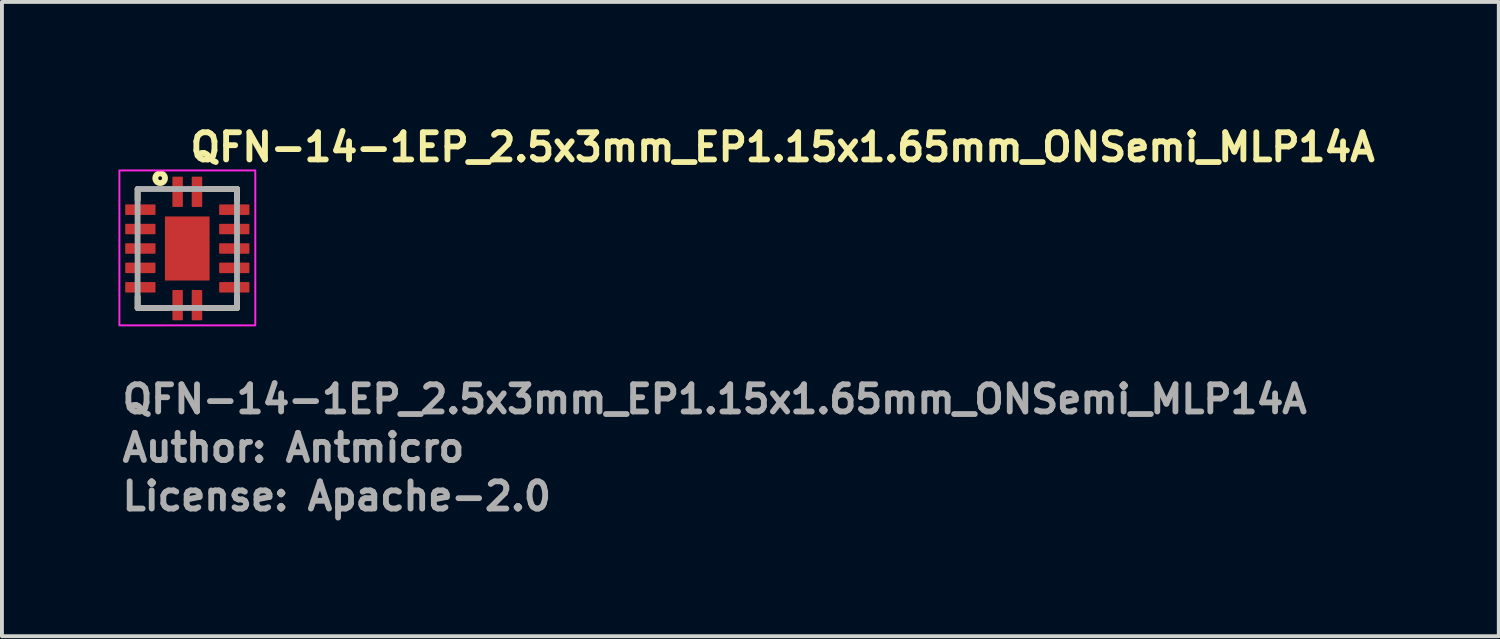
<source format=kicad_pcb>
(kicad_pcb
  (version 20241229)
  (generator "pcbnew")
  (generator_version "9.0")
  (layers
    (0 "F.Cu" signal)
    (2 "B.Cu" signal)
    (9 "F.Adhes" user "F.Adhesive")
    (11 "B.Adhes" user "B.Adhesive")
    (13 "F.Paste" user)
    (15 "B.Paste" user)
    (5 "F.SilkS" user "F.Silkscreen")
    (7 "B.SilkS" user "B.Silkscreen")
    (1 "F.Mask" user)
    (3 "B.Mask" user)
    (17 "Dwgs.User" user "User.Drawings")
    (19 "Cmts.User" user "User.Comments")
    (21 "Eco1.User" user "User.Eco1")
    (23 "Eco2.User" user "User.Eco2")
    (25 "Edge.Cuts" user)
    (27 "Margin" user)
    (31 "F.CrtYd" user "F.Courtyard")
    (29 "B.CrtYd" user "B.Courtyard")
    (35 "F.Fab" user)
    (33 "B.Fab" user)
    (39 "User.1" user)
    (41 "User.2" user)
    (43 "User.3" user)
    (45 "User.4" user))
  (footprint "QFN-14-1EP_2.5x3mm_EP1.15x1.65mm_ONSemi_MLP14A"
    (layer "F.Cu")
    (at 1.775 3.35)
    (property "Reference" "QFN-14-1EP_2.5x3mm_EP1.15x1.65mm_ONSemi_MLP14A" (at 0 -2.2 0) (layer "F.SilkS") (effects (font (size 0.7 0.7) (thickness 0.15)) (justify left bottom)))
    (attr smd)
    (fp_line (start -1.28 -1.53) (end -1.28 -1.25) (stroke (width 0.15) (type solid)) (layer "F.SilkS"))
    (fp_line (start -1.28 1.241) (end -1.279 1.532) (stroke (width 0.15) (type solid)) (layer "F.SilkS"))
    (fp_line (start -0.49 1.532) (end -1.279 1.532) (stroke (width 0.15) (type solid)) (layer "F.SilkS"))
    (fp_line (start 0.49 -1.532) (end 1.279 -1.532) (stroke (width 0.15) (type solid)) (layer "F.SilkS"))
    (fp_line (start 0.49 1.532) (end 1.279 1.532) (stroke (width 0.15) (type solid)) (layer "F.SilkS"))
    (fp_line (start 1.28 -1.24) (end 1.279 -1.532) (stroke (width 0.15) (type solid)) (layer "F.SilkS"))
    (fp_line (start 1.28 1.241) (end 1.279 1.532) (stroke (width 0.15) (type solid)) (layer "F.SilkS"))
    (fp_circle (center -0.7 -1.81) (end -0.65 -1.81) (stroke (width 0.15) (type solid)) (fill no) (layer "F.SilkS"))
    (fp_poly (pts (xy -0.382 -0.697) (xy 0.378 -0.697) (xy 0.378 -0.066) (xy -0.382 -0.066)) (stroke (width 0.01) (type solid)) (fill yes) (layer "F.Paste"))
    (fp_poly (pts (xy -0.382 0.063) (xy 0.378 0.063) (xy 0.378 0.693) (xy -0.382 0.693)) (stroke (width 0.01) (type solid)) (fill yes) (layer "F.Paste"))
    (fp_rect (start -1.75 -2.01) (end 1.75 1.98) (stroke (width 0.05) (type solid)) (fill no) (layer "F.CrtYd"))
    (fp_line (start -1.281 -1.532) (end 1.279 -1.532) (stroke (width 0.15) (type solid)) (layer "F.Fab"))
    (fp_line (start -1.281 1.531) (end -1.281 -1.532) (stroke (width 0.15) (type solid)) (layer "F.Fab"))
    (fp_line (start 1.279 -1.532) (end 1.279 1.531) (stroke (width 0.15) (type solid)) (layer "F.Fab"))
    (fp_line (start 1.279 1.531) (end -1.281 1.531) (stroke (width 0.15) (type solid)) (layer "F.Fab"))
    (fp_rect (start -1.295 -1.549) (end 1.294 1.548) (stroke (width 0.1) (type solid)) (fill no) (layer "User.5"))
    (fp_line (start -1.295 -0.887) (end -1.295 -1.115) (stroke (width 0.02) (type solid)) (layer "User.9"))
    (fp_line (start -1.295 -0.887) (end -1.246 -0.887) (stroke (width 0.02) (type solid)) (layer "User.9"))
    (fp_line (start -1.295 -0.388) (end -1.295 -0.616) (stroke (width 0.02) (type solid)) (layer "User.9"))
    (fp_line (start -1.295 -0.388) (end -1.246 -0.388) (stroke (width 0.02) (type solid)) (layer "User.9"))
    (fp_line (start -1.295 0.114) (end -1.295 -0.115) (stroke (width 0.02) (type solid)) (layer "User.9"))
    (fp_line (start -1.295 0.114) (end -1.246 0.114) (stroke (width 0.02) (type solid)) (layer "User.9"))
    (fp_line (start -1.295 0.612) (end -1.295 0.387) (stroke (width 0.02) (type solid)) (layer "User.9"))
    (fp_line (start -1.295 0.612) (end -1.246 0.612) (stroke (width 0.02) (type solid)) (layer "User.9"))
    (fp_line (start -1.295 1.112) (end -1.295 0.886) (stroke (width 0.02) (type solid)) (layer "User.9"))
    (fp_line (start -1.295 1.112) (end -1.246 1.112) (stroke (width 0.02) (type solid)) (layer "User.9"))
    (fp_line (start -1.246 -1.5) (end -1.246 1.499) (stroke (width 0.02) (type solid)) (layer "User.9"))
    (fp_line (start -1.246 -1.115) (end -1.295 -1.115) (stroke (width 0.02) (type solid)) (layer "User.9"))
    (fp_line (start -1.246 -0.616) (end -1.295 -0.616) (stroke (width 0.02) (type solid)) (layer "User.9"))
    (fp_line (start -1.246 -0.115) (end -1.295 -0.115) (stroke (width 0.02) (type solid)) (layer "User.9"))
    (fp_line (start -1.246 0.387) (end -1.295 0.387) (stroke (width 0.02) (type solid)) (layer "User.9"))
    (fp_line (start -1.246 0.886) (end -1.295 0.886) (stroke (width 0.02) (type solid)) (layer "User.9"))
    (fp_line (start -1.246 1.499) (end 1.245 1.499) (stroke (width 0.02) (type solid)) (layer "User.9"))
    (fp_line (start -1.06 -1.004) (end -1.06 -1) (stroke (width 0.02) (type solid)) (layer "User.9"))
    (fp_line (start -1.06 -1) (end -1.06 -1) (stroke (width 0.02) (type solid)) (layer "User.9"))
    (fp_line (start -1.06 -1) (end -1.06 -0.996) (stroke (width 0.02) (type solid)) (layer "User.9"))
    (fp_line (start -1.06 -0.996) (end -1.059 -0.994) (stroke (width 0.02) (type solid)) (layer "User.9"))
    (fp_line (start -1.059 -1.01) (end -1.059 -1.006) (stroke (width 0.02) (type solid)) (layer "User.9"))
    (fp_line (start -1.059 -1.006) (end -1.06 -1.004) (stroke (width 0.02) (type solid)) (layer "User.9"))
    (fp_line (start -1.059 -0.994) (end -1.059 -0.991) (stroke (width 0.02) (type solid)) (layer "User.9"))
    (fp_line (start -1.059 -0.991) (end -1.058 -0.988) (stroke (width 0.02) (type solid)) (layer "User.9"))
    (fp_line (start -1.058 -1.016) (end -1.058 -1.014) (stroke (width 0.02) (type solid)) (layer "User.9"))
    (fp_line (start -1.058 -1.014) (end -1.059 -1.01) (stroke (width 0.02) (type solid)) (layer "User.9"))
    (fp_line (start -1.058 -0.988) (end -1.058 -0.985) (stroke (width 0.02) (type solid)) (layer "User.9"))
    (fp_line (start -1.058 -0.985) (end -1.057 -0.982) (stroke (width 0.02) (type solid)) (layer "User.9"))
    (fp_line (start -1.057 -1.02) (end -1.058 -1.016) (stroke (width 0.02) (type solid)) (layer "User.9"))
    (fp_line (start -1.057 -0.982) (end -1.056 -0.98) (stroke (width 0.02) (type solid)) (layer "User.9"))
    (fp_line (start -1.056 -1.022) (end -1.057 -1.02) (stroke (width 0.02) (type solid)) (layer "User.9"))
    (fp_line (start -1.056 -0.98) (end -1.055 -0.977) (stroke (width 0.02) (type solid)) (layer "User.9"))
    (fp_line (start -1.055 -1.026) (end -1.056 -1.022) (stroke (width 0.02) (type solid)) (layer "User.9"))
    (fp_line (start -1.055 -0.977) (end -1.054 -0.975) (stroke (width 0.02) (type solid)) (layer "User.9"))
    (fp_line (start -1.054 -1.028) (end -1.055 -1.026) (stroke (width 0.02) (type solid)) (layer "User.9"))
    (fp_line (start -1.054 -0.975) (end -1.052 -0.972) (stroke (width 0.02) (type solid)) (layer "User.9"))
    (fp_line (start -1.052 -1.031) (end -1.054 -1.028) (stroke (width 0.02) (type solid)) (layer "User.9"))
    (fp_line (start -1.052 -0.972) (end -1.051 -0.969) (stroke (width 0.02) (type solid)) (layer "User.9"))
    (fp_line (start -1.051 -1.034) (end -1.052 -1.031) (stroke (width 0.02) (type solid)) (layer "User.9"))
    (fp_line (start -1.051 -0.969) (end -1.049 -0.967) (stroke (width 0.02) (type solid)) (layer "User.9"))
    (fp_line (start -1.049 -1.036) (end -1.051 -1.034) (stroke (width 0.02) (type solid)) (layer "User.9"))
    (fp_line (start -1.049 -0.967) (end -1.047 -0.964) (stroke (width 0.02) (type solid)) (layer "User.9"))
    (fp_line (start -1.047 -1.039) (end -1.049 -1.036) (stroke (width 0.02) (type solid)) (layer "User.9"))
    (fp_line (start -1.047 -0.964) (end -1.046 -0.962) (stroke (width 0.02) (type solid)) (layer "User.9"))
    (fp_line (start -1.046 -1.041) (end -1.047 -1.039) (stroke (width 0.02) (type solid)) (layer "User.9"))
    (fp_line (start -1.046 -0.962) (end -1.044 -0.96) (stroke (width 0.02) (type solid)) (layer "User.9"))
    (fp_line (start -1.044 -1.043) (end -1.046 -1.041) (stroke (width 0.02) (type solid)) (layer "User.9"))
    (fp_line (start -1.044 -0.96) (end -1.042 -0.957) (stroke (width 0.02) (type solid)) (layer "User.9"))
    (fp_line (start -1.042 -1.045) (end -1.044 -1.043) (stroke (width 0.02) (type solid)) (layer "User.9"))
    (fp_line (start -1.042 -0.957) (end -1.039 -0.955) (stroke (width 0.02) (type solid)) (layer "User.9"))
    (fp_line (start -1.039 -1.047) (end -1.042 -1.045) (stroke (width 0.02) (type solid)) (layer "User.9"))
    (fp_line (start -1.039 -0.955) (end -1.037 -0.953) (stroke (width 0.02) (type solid)) (layer "User.9"))
    (fp_line (start -1.037 -1.049) (end -1.039 -1.047) (stroke (width 0.02) (type solid)) (layer "User.9"))
    (fp_line (start -1.037 -0.953) (end -1.035 -0.952) (stroke (width 0.02) (type solid)) (layer "User.9"))
    (fp_line (start -1.035 -1.05) (end -1.037 -1.049) (stroke (width 0.02) (type solid)) (layer "User.9"))
    (fp_line (start -1.035 -0.952) (end -1.032 -0.95) (stroke (width 0.02) (type solid)) (layer "User.9"))
    (fp_line (start -1.032 -1.052) (end -1.035 -1.05) (stroke (width 0.02) (type solid)) (layer "User.9"))
    (fp_line (start -1.032 -0.95) (end -1.03 -0.947) (stroke (width 0.02) (type solid)) (layer "User.9"))
    (fp_line (start -1.03 -1.053) (end -1.032 -1.052) (stroke (width 0.02) (type solid)) (layer "User.9"))
    (fp_line (start -1.03 -0.947) (end -1.027 -0.946) (stroke (width 0.02) (type solid)) (layer "User.9"))
    (fp_line (start -1.027 -1.055) (end -1.03 -1.053) (stroke (width 0.02) (type solid)) (layer "User.9"))
    (fp_line (start -1.027 -0.946) (end -1.024 -0.944) (stroke (width 0.02) (type solid)) (layer "User.9"))
    (fp_line (start -1.024 -1.057) (end -1.027 -1.055) (stroke (width 0.02) (type solid)) (layer "User.9"))
    (fp_line (start -1.024 -0.944) (end -1.022 -0.943) (stroke (width 0.02) (type solid)) (layer "User.9"))
    (fp_line (start -1.022 -1.057) (end -1.024 -1.057) (stroke (width 0.02) (type solid)) (layer "User.9"))
    (fp_line (start -1.022 -0.943) (end -1.018 -0.942) (stroke (width 0.02) (type solid)) (layer "User.9"))
    (fp_line (start -1.018 -1.059) (end -1.022 -1.057) (stroke (width 0.02) (type solid)) (layer "User.9"))
    (fp_line (start -1.018 -0.942) (end -1.015 -0.941) (stroke (width 0.02) (type solid)) (layer "User.9"))
    (fp_line (start -1.015 -1.06) (end -1.018 -1.059) (stroke (width 0.02) (type solid)) (layer "User.9"))
    (fp_line (start -1.015 -0.941) (end -1.012 -0.94) (stroke (width 0.02) (type solid)) (layer "User.9"))
    (fp_line (start -1.012 -1.061) (end -1.015 -1.06) (stroke (width 0.02) (type solid)) (layer "User.9"))
    (fp_line (start -1.012 -0.94) (end -1.009 -0.94) (stroke (width 0.02) (type solid)) (layer "User.9"))
    (fp_line (start -1.009 -1.061) (end -1.012 -1.061) (stroke (width 0.02) (type solid)) (layer "User.9"))
    (fp_line (start -1.009 -0.94) (end -1.006 -0.939) (stroke (width 0.02) (type solid)) (layer "User.9"))
    (fp_line (start -1.006 -1.061) (end -1.009 -1.061) (stroke (width 0.02) (type solid)) (layer "User.9"))
    (fp_line (start -1.006 -0.939) (end -1.003 -0.939) (stroke (width 0.02) (type solid)) (layer "User.9"))
    (fp_line (start -1.003 -1.061) (end -1.006 -1.061) (stroke (width 0.02) (type solid)) (layer "User.9"))
    (fp_line (start -1.003 -0.939) (end -1 -0.938) (stroke (width 0.02) (type solid)) (layer "User.9"))
    (fp_line (start -1 -1.063) (end -1.003 -1.061) (stroke (width 0.02) (type solid)) (layer "User.9"))
    (fp_line (start -1 -0.938) (end -0.996 -0.938) (stroke (width 0.02) (type solid)) (layer "User.9"))
    (fp_line (start -0.996 -1.063) (end -1 -1.063) (stroke (width 0.02) (type solid)) (layer "User.9"))
    (fp_line (start -0.996 -1.063) (end -0.996 -1.063) (stroke (width 0.02) (type solid)) (layer "User.9"))
    (fp_line (start -0.996 -0.938) (end -0.996 -0.938) (stroke (width 0.02) (type solid)) (layer "User.9"))
    (fp_line (start -0.996 -0.938) (end -0.993 -0.938) (stroke (width 0.02) (type solid)) (layer "User.9"))
    (fp_line (start -0.993 -1.063) (end -0.996 -1.063) (stroke (width 0.02) (type solid)) (layer "User.9"))
    (fp_line (start -0.993 -0.938) (end -0.99 -0.939) (stroke (width 0.02) (type solid)) (layer "User.9"))
    (fp_line (start -0.99 -1.061) (end -0.993 -1.063) (stroke (width 0.02) (type solid)) (layer "User.9"))
    (fp_line (start -0.99 -0.939) (end -0.987 -0.939) (stroke (width 0.02) (type solid)) (layer "User.9"))
    (fp_line (start -0.987 -1.061) (end -0.99 -1.061) (stroke (width 0.02) (type solid)) (layer "User.9"))
    (fp_line (start -0.987 -0.939) (end -0.984 -0.94) (stroke (width 0.02) (type solid)) (layer "User.9"))
    (fp_line (start -0.984 -1.061) (end -0.987 -1.061) (stroke (width 0.02) (type solid)) (layer "User.9"))
    (fp_line (start -0.984 -0.94) (end -0.981 -0.94) (stroke (width 0.02) (type solid)) (layer "User.9"))
    (fp_line (start -0.981 -1.061) (end -0.984 -1.061) (stroke (width 0.02) (type solid)) (layer "User.9"))
    (fp_line (start -0.981 -0.94) (end -0.978 -0.941) (stroke (width 0.02) (type solid)) (layer "User.9"))
    (fp_line (start -0.978 -1.06) (end -0.981 -1.061) (stroke (width 0.02) (type solid)) (layer "User.9"))
    (fp_line (start -0.978 -0.941) (end -0.975 -0.942) (stroke (width 0.02) (type solid)) (layer "User.9"))
    (fp_line (start -0.975 -1.059) (end -0.978 -1.06) (stroke (width 0.02) (type solid)) (layer "User.9"))
    (fp_line (start -0.975 -0.942) (end -0.972 -0.943) (stroke (width 0.02) (type solid)) (layer "User.9"))
    (fp_line (start -0.972 -1.057) (end -0.975 -1.059) (stroke (width 0.02) (type solid)) (layer "User.9"))
    (fp_line (start -0.972 -0.943) (end -0.97 -0.944) (stroke (width 0.02) (type solid)) (layer "User.9"))
    (fp_line (start -0.97 -1.057) (end -0.972 -1.057) (stroke (width 0.02) (type solid)) (layer "User.9"))
    (fp_line (start -0.97 -0.944) (end -0.967 -0.946) (stroke (width 0.02) (type solid)) (layer "User.9"))
    (fp_line (start -0.967 -1.055) (end -0.97 -1.057) (stroke (width 0.02) (type solid)) (layer "User.9"))
    (fp_line (start -0.967 -0.946) (end -0.964 -0.947) (stroke (width 0.02) (type solid)) (layer "User.9"))
    (fp_line (start -0.964 -1.053) (end -0.967 -1.055) (stroke (width 0.02) (type solid)) (layer "User.9"))
    (fp_line (start -0.964 -0.947) (end -0.962 -0.95) (stroke (width 0.02) (type solid)) (layer "User.9"))
    (fp_line (start -0.962 -1.052) (end -0.964 -1.053) (stroke (width 0.02) (type solid)) (layer "User.9"))
    (fp_line (start -0.962 -0.95) (end -0.959 -0.952) (stroke (width 0.02) (type solid)) (layer "User.9"))
    (fp_line (start -0.959 -1.05) (end -0.962 -1.052) (stroke (width 0.02) (type solid)) (layer "User.9"))
    (fp_line (start -0.959 -0.952) (end -0.957 -0.953) (stroke (width 0.02) (type solid)) (layer "User.9"))
    (fp_line (start -0.957 -1.049) (end -0.959 -1.05) (stroke (width 0.02) (type solid)) (layer "User.9"))
    (fp_line (start -0.957 -0.953) (end -0.955 -0.955) (stroke (width 0.02) (type solid)) (layer "User.9"))
    (fp_line (start -0.955 -1.047) (end -0.957 -1.049) (stroke (width 0.02) (type solid)) (layer "User.9"))
    (fp_line (start -0.955 -0.955) (end -0.953 -0.957) (stroke (width 0.02) (type solid)) (layer "User.9"))
    (fp_line (start -0.953 -1.045) (end -0.955 -1.047) (stroke (width 0.02) (type solid)) (layer "User.9"))
    (fp_line (start -0.953 -0.957) (end -0.951 -0.96) (stroke (width 0.02) (type solid)) (layer "User.9"))
    (fp_line (start -0.951 -1.043) (end -0.953 -1.045) (stroke (width 0.02) (type solid)) (layer "User.9"))
    (fp_line (start -0.951 -0.96) (end -0.949 -0.962) (stroke (width 0.02) (type solid)) (layer "User.9"))
    (fp_line (start -0.949 -1.041) (end -0.951 -1.043) (stroke (width 0.02) (type solid)) (layer "User.9"))
    (fp_line (start -0.949 -0.962) (end -0.948 -0.964) (stroke (width 0.02) (type solid)) (layer "User.9"))
    (fp_line (start -0.948 -1.039) (end -0.949 -1.041) (stroke (width 0.02) (type solid)) (layer "User.9"))
    (fp_line (start -0.948 -0.964) (end -0.946 -0.967) (stroke (width 0.02) (type solid)) (layer "User.9"))
    (fp_line (start -0.946 -1.036) (end -0.948 -1.039) (stroke (width 0.02) (type solid)) (layer "User.9"))
    (fp_line (start -0.946 -0.967) (end -0.944 -0.969) (stroke (width 0.02) (type solid)) (layer "User.9"))
    (fp_line (start -0.944 -1.034) (end -0.946 -1.036) (stroke (width 0.02) (type solid)) (layer "User.9"))
    (fp_line (start -0.944 -0.969) (end -0.943 -0.972) (stroke (width 0.02) (type solid)) (layer "User.9"))
    (fp_line (start -0.943 -1.031) (end -0.944 -1.034) (stroke (width 0.02) (type solid)) (layer "User.9"))
    (fp_line (start -0.943 -0.972) (end -0.941 -0.975) (stroke (width 0.02) (type solid)) (layer "User.9"))
    (fp_line (start -0.941 -1.028) (end -0.943 -1.031) (stroke (width 0.02) (type solid)) (layer "User.9"))
    (fp_line (start -0.941 -0.975) (end -0.94 -0.977) (stroke (width 0.02) (type solid)) (layer "User.9"))
    (fp_line (start -0.94 -1.026) (end -0.941 -1.028) (stroke (width 0.02) (type solid)) (layer "User.9"))
    (fp_line (start -0.94 -0.977) (end -0.939 -0.98) (stroke (width 0.02) (type solid)) (layer "User.9"))
    (fp_line (start -0.939 -1.022) (end -0.94 -1.026) (stroke (width 0.02) (type solid)) (layer "User.9"))
    (fp_line (start -0.939 -0.98) (end -0.938 -0.982) (stroke (width 0.02) (type solid)) (layer "User.9"))
    (fp_line (start -0.938 -1.02) (end -0.939 -1.022) (stroke (width 0.02) (type solid)) (layer "User.9"))
    (fp_line (start -0.938 -0.982) (end -0.937 -0.985) (stroke (width 0.02) (type solid)) (layer "User.9"))
    (fp_line (start -0.937 -1.016) (end -0.938 -1.02) (stroke (width 0.02) (type solid)) (layer "User.9"))
    (fp_line (start -0.937 -1.014) (end -0.937 -1.016) (stroke (width 0.02) (type solid)) (layer "User.9"))
    (fp_line (start -0.937 -0.988) (end -0.936 -0.991) (stroke (width 0.02) (type solid)) (layer "User.9"))
    (fp_line (start -0.937 -0.985) (end -0.937 -0.988) (stroke (width 0.02) (type solid)) (layer "User.9"))
    (fp_line (start -0.936 -1.01) (end -0.937 -1.014) (stroke (width 0.02) (type solid)) (layer "User.9"))
    (fp_line (start -0.936 -1.006) (end -0.936 -1.01) (stroke (width 0.02) (type solid)) (layer "User.9"))
    (fp_line (start -0.936 -0.994) (end -0.935 -0.996) (stroke (width 0.02) (type solid)) (layer "User.9"))
    (fp_line (start -0.936 -0.991) (end -0.936 -0.994) (stroke (width 0.02) (type solid)) (layer "User.9"))
    (fp_line (start -0.935 -1.004) (end -0.936 -1.006) (stroke (width 0.02) (type solid)) (layer "User.9"))
    (fp_line (start -0.935 -1) (end -0.935 -1.004) (stroke (width 0.02) (type solid)) (layer "User.9"))
    (fp_line (start -0.935 -1) (end -0.935 -1) (stroke (width 0.02) (type solid)) (layer "User.9"))
    (fp_line (start -0.935 -1) (end -0.935 -1) (stroke (width 0.02) (type solid)) (layer "User.9"))
    (fp_line (start -0.935 -0.996) (end -0.935 -1) (stroke (width 0.02) (type solid)) (layer "User.9"))
    (fp_line (start -0.365 -1.549) (end -0.365 -1.5) (stroke (width 0.02) (type solid)) (layer "User.9"))
    (fp_line (start -0.365 -1.549) (end -0.137 -1.549) (stroke (width 0.02) (type solid)) (layer "User.9"))
    (fp_line (start -0.365 1.499) (end -0.365 1.548) (stroke (width 0.02) (type solid)) (layer "User.9"))
    (fp_line (start -0.137 -1.5) (end -0.137 -1.549) (stroke (width 0.02) (type solid)) (layer "User.9"))
    (fp_line (start -0.137 1.548) (end -0.365 1.548) (stroke (width 0.02) (type solid)) (layer "User.9"))
    (fp_line (start -0.137 1.548) (end -0.137 1.499) (stroke (width 0.02) (type solid)) (layer "User.9"))
    (fp_line (start 0.136 -1.549) (end 0.136 -1.5) (stroke (width 0.02) (type solid)) (layer "User.9"))
    (fp_line (start 0.136 -1.549) (end 0.362 -1.549) (stroke (width 0.02) (type solid)) (layer "User.9"))
    (fp_line (start 0.136 1.499) (end 0.136 1.548) (stroke (width 0.02) (type solid)) (layer "User.9"))
    (fp_line (start 0.362 -1.5) (end 0.362 -1.549) (stroke (width 0.02) (type solid)) (layer "User.9"))
    (fp_line (start 0.362 1.548) (end 0.136 1.548) (stroke (width 0.02) (type solid)) (layer "User.9"))
    (fp_line (start 0.362 1.548) (end 0.362 1.499) (stroke (width 0.02) (type solid)) (layer "User.9"))
    (fp_line (start 1.245 -1.5) (end -1.246 -1.5) (stroke (width 0.02) (type solid)) (layer "User.9"))
    (fp_line (start 1.245 -0.887) (end 1.294 -0.887) (stroke (width 0.02) (type solid)) (layer "User.9"))
    (fp_line (start 1.245 -0.388) (end 1.294 -0.388) (stroke (width 0.02) (type solid)) (layer "User.9"))
    (fp_line (start 1.245 0.114) (end 1.294 0.114) (stroke (width 0.02) (type solid)) (layer "User.9"))
    (fp_line (start 1.245 0.612) (end 1.294 0.612) (stroke (width 0.02) (type solid)) (layer "User.9"))
    (fp_line (start 1.245 1.112) (end 1.294 1.112) (stroke (width 0.02) (type solid)) (layer "User.9"))
    (fp_line (start 1.245 1.499) (end 1.245 -1.5) (stroke (width 0.02) (type solid)) (layer "User.9"))
    (fp_line (start 1.294 -1.115) (end 1.245 -1.115) (stroke (width 0.02) (type solid)) (layer "User.9"))
    (fp_line (start 1.294 -1.115) (end 1.294 -0.887) (stroke (width 0.02) (type solid)) (layer "User.9"))
    (fp_line (start 1.294 -0.616) (end 1.245 -0.616) (stroke (width 0.02) (type solid)) (layer "User.9"))
    (fp_line (start 1.294 -0.616) (end 1.294 -0.388) (stroke (width 0.02) (type solid)) (layer "User.9"))
    (fp_line (start 1.294 -0.115) (end 1.245 -0.115) (stroke (width 0.02) (type solid)) (layer "User.9"))
    (fp_line (start 1.294 -0.115) (end 1.294 0.114) (stroke (width 0.02) (type solid)) (layer "User.9"))
    (fp_line (start 1.294 0.387) (end 1.245 0.387) (stroke (width 0.02) (type solid)) (layer "User.9"))
    (fp_line (start 1.294 0.387) (end 1.294 0.612) (stroke (width 0.02) (type solid)) (layer "User.9"))
    (fp_line (start 1.294 0.886) (end 1.245 0.886) (stroke (width 0.02) (type solid)) (layer "User.9"))
    (fp_line (start 1.294 0.886) (end 1.294 1.112) (stroke (width 0.02) (type solid)) (layer "User.9"))
    (fp_text user "${REFERENCE}" (at -1.75 4.291 0) (layer "F.Fab") (effects (font (size 0.7 0.7) (thickness 0.15)) (justify left bottom)))
    (fp_text user "Author: Antmicro" (at -1.75 5.541 0) (layer "F.Fab") (effects (font (size 0.7 0.7) (thickness 0.15)) (justify left bottom)))
    (fp_text user "License: Apache-2.0" (at -1.75 6.791 0) (layer "F.Fab") (effects (font (size 0.7 0.7) (thickness 0.15)) (justify left bottom)))
    (pad "1" smd roundrect (at -0.25 -1.46 90) (size 0.78 0.27) (layers "F.Cu" "F.Mask" "F.Paste") (roundrect_rratio 0.07))
    (pad "2" smd roundrect (at -1.21 -1 180) (size 0.78 0.27) (layers "F.Cu" "F.Mask" "F.Paste") (roundrect_rratio 0.07))
    (pad "3" smd roundrect (at -1.21 -0.501 180) (size 0.78 0.27) (layers "F.Cu" "F.Mask" "F.Paste") (roundrect_rratio 0.07))
    (pad "4" smd roundrect (at -1.21 0 180) (size 0.78 0.27) (layers "F.Cu" "F.Mask" "F.Paste") (roundrect_rratio 0.07))
    (pad "5" smd roundrect (at -1.21 0.499 180) (size 0.78 0.27) (layers "F.Cu" "F.Mask" "F.Paste") (roundrect_rratio 0.07))
    (pad "6" smd roundrect (at -1.21 0.999 180) (size 0.78 0.27) (layers "F.Cu" "F.Mask" "F.Paste") (roundrect_rratio 0.07))
    (pad "7" smd roundrect (at -0.25 1.459 270) (size 0.78 0.27) (layers "F.Cu" "F.Mask" "F.Paste") (roundrect_rratio 0.07))
    (pad "8" smd roundrect (at 0.248 1.459 270) (size 0.78 0.27) (layers "F.Cu" "F.Mask" "F.Paste") (roundrect_rratio 0.07))
    (pad "9" smd roundrect (at 1.209 0.999) (size 0.78 0.27) (layers "F.Cu" "F.Mask" "F.Paste") (roundrect_rratio 0.07))
    (pad "10" smd roundrect (at 1.209 0.499) (size 0.78 0.27) (layers "F.Cu" "F.Mask" "F.Paste") (roundrect_rratio 0.07))
    (pad "11" smd roundrect (at 1.209 0) (size 0.78 0.27) (layers "F.Cu" "F.Mask" "F.Paste") (roundrect_rratio 0.07))
    (pad "12" smd roundrect (at 1.209 -0.501) (size 0.78 0.27) (layers "F.Cu" "F.Mask" "F.Paste") (roundrect_rratio 0.07))
    (pad "13" smd roundrect (at 1.209 -1) (size 0.78 0.27) (layers "F.Cu" "F.Mask" "F.Paste") (roundrect_rratio 0.07))
    (pad "14" smd roundrect (at 0.248 -1.46 90) (size 0.78 0.27) (layers "F.Cu" "F.Mask" "F.Paste") (roundrect_rratio 0.07))
    (pad "15" smd rect (at -0.002 0 90) (size 1.65 1.15) (layers "F.Cu" "F.Mask")))
  (gr_rect
    (start -3 -3)
    (end 35.552 13.336)
    (stroke (width 0.1) (type default))
    (fill no)
    (layer "Edge.Cuts")))
</source>
